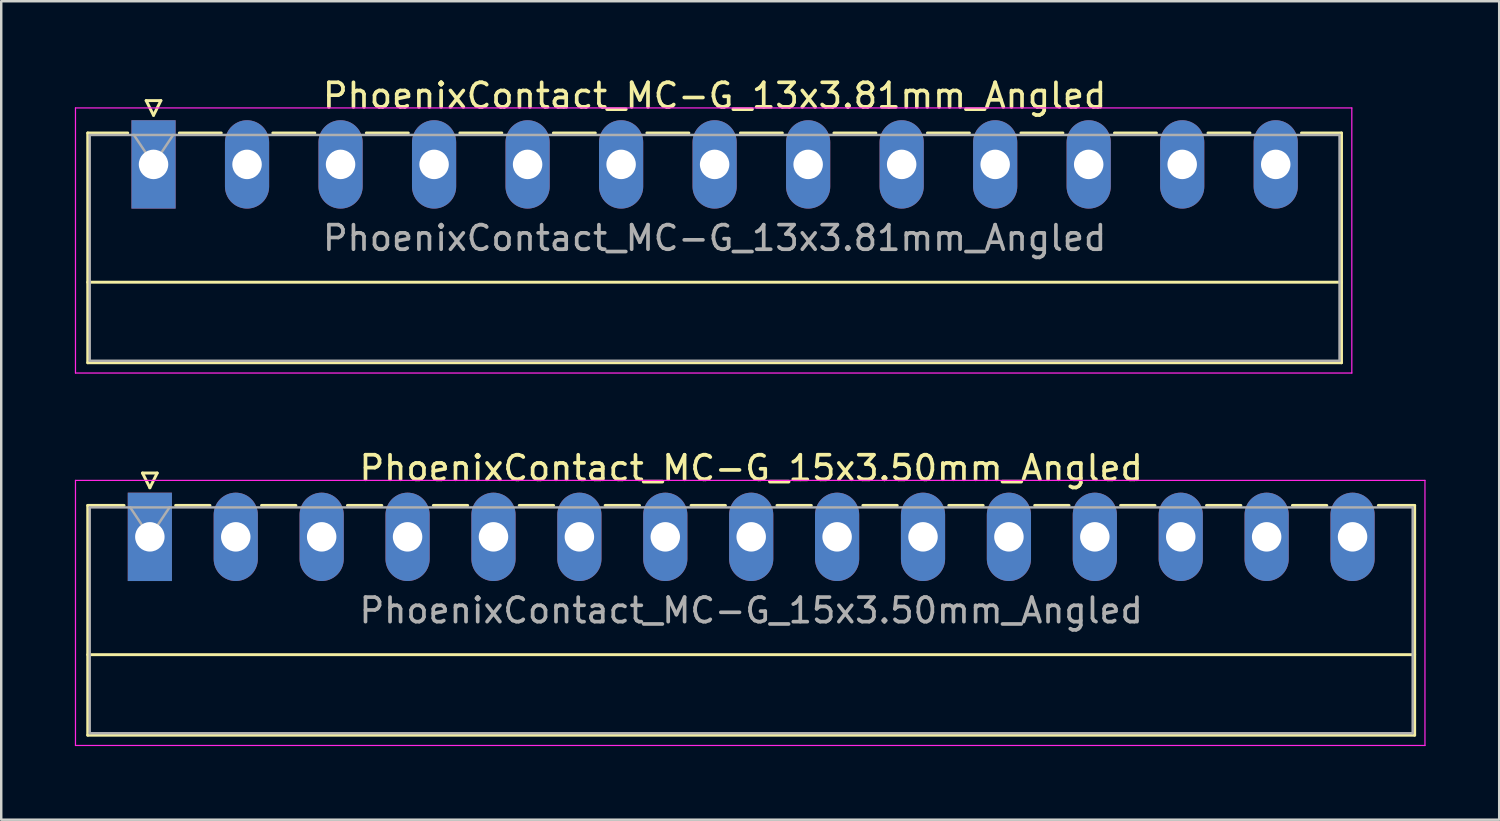
<source format=kicad_pcb>
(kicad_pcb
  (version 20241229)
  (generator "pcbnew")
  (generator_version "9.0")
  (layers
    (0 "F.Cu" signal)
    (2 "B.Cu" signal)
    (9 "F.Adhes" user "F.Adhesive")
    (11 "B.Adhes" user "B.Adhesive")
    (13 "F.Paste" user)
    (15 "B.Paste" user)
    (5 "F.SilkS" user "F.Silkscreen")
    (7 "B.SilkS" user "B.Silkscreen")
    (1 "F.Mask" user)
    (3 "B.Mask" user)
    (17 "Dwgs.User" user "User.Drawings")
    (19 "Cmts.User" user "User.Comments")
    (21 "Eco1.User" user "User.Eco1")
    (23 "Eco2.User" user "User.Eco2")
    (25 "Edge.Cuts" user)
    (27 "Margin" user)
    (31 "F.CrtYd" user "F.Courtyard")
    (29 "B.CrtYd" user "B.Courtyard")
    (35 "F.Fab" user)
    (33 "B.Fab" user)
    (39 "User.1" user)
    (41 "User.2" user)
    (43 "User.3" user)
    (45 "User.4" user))
  (footprint "PhoenixContact_MC-G_13x3.81mm_Angled"
    (layer "F.Cu")
    (at 3.205 3.648)
    (property "Reference" "PhoenixContact_MC-G_13x3.81mm_Angled" (at 22.86 -2.8 0) (layer "F.SilkS") (effects (font (size 1 1) (thickness 0.15))))
    (attr through_hole)
    (fp_line (start -2.68 -1.28) (end -2.68 8.08) (stroke (width 0.12) (type solid)) (layer "F.SilkS"))
    (fp_line (start -2.68 -1.28) (end -1.05 -1.28) (stroke (width 0.12) (type solid)) (layer "F.SilkS"))
    (fp_line (start -2.68 4.8) (end 48.4 4.8) (stroke (width 0.12) (type solid)) (layer "F.SilkS"))
    (fp_line (start -2.68 8.08) (end 48.4 8.08) (stroke (width 0.12) (type solid)) (layer "F.SilkS"))
    (fp_line (start -0.3 -2.6) (end 0.3 -2.6) (stroke (width 0.12) (type solid)) (layer "F.SilkS"))
    (fp_line (start 0 -2) (end -0.3 -2.6) (stroke (width 0.12) (type solid)) (layer "F.SilkS"))
    (fp_line (start 0.3 -2.6) (end 0 -2) (stroke (width 0.12) (type solid)) (layer "F.SilkS"))
    (fp_line (start 1.05 -1.28) (end 2.76 -1.28) (stroke (width 0.12) (type solid)) (layer "F.SilkS"))
    (fp_line (start 4.86 -1.28) (end 6.57 -1.28) (stroke (width 0.12) (type solid)) (layer "F.SilkS"))
    (fp_line (start 8.67 -1.28) (end 10.38 -1.28) (stroke (width 0.12) (type solid)) (layer "F.SilkS"))
    (fp_line (start 12.48 -1.28) (end 14.19 -1.28) (stroke (width 0.12) (type solid)) (layer "F.SilkS"))
    (fp_line (start 16.29 -1.28) (end 18 -1.28) (stroke (width 0.12) (type solid)) (layer "F.SilkS"))
    (fp_line (start 20.1 -1.28) (end 21.81 -1.28) (stroke (width 0.12) (type solid)) (layer "F.SilkS"))
    (fp_line (start 23.91 -1.28) (end 25.62 -1.28) (stroke (width 0.12) (type solid)) (layer "F.SilkS"))
    (fp_line (start 27.72 -1.28) (end 29.43 -1.28) (stroke (width 0.12) (type solid)) (layer "F.SilkS"))
    (fp_line (start 31.53 -1.28) (end 33.24 -1.28) (stroke (width 0.12) (type solid)) (layer "F.SilkS"))
    (fp_line (start 35.34 -1.28) (end 37.05 -1.28) (stroke (width 0.12) (type solid)) (layer "F.SilkS"))
    (fp_line (start 39.15 -1.28) (end 40.86 -1.28) (stroke (width 0.12) (type solid)) (layer "F.SilkS"))
    (fp_line (start 42.96 -1.28) (end 44.67 -1.28) (stroke (width 0.12) (type solid)) (layer "F.SilkS"))
    (fp_line (start 48.4 -1.28) (end 46.77 -1.28) (stroke (width 0.12) (type solid)) (layer "F.SilkS"))
    (fp_line (start 48.4 8.08) (end 48.4 -1.28) (stroke (width 0.12) (type solid)) (layer "F.SilkS"))
    (fp_line (start -3.18 -2.3) (end -3.18 8.5) (stroke (width 0.05) (type solid)) (layer "F.CrtYd"))
    (fp_line (start -3.18 8.5) (end 48.82 8.5) (stroke (width 0.05) (type solid)) (layer "F.CrtYd"))
    (fp_line (start 48.82 -2.3) (end -3.18 -2.3) (stroke (width 0.05) (type solid)) (layer "F.CrtYd"))
    (fp_line (start 48.82 8.5) (end 48.82 -2.3) (stroke (width 0.05) (type solid)) (layer "F.CrtYd"))
    (fp_line (start -2.6 -1.2) (end -2.6 8) (stroke (width 0.1) (type solid)) (layer "F.Fab"))
    (fp_line (start -2.6 8) (end 48.32 8) (stroke (width 0.1) (type solid)) (layer "F.Fab"))
    (fp_line (start 0 0) (end -0.8 -1.2) (stroke (width 0.1) (type solid)) (layer "F.Fab"))
    (fp_line (start 0.8 -1.2) (end 0 0) (stroke (width 0.1) (type solid)) (layer "F.Fab"))
    (fp_line (start 48.32 -1.2) (end -2.6 -1.2) (stroke (width 0.1) (type solid)) (layer "F.Fab"))
    (fp_line (start 48.32 8) (end 48.32 -1.2) (stroke (width 0.1) (type solid)) (layer "F.Fab"))
    (fp_text user "${REFERENCE}" (at 22.86 3 0) (layer "F.Fab") (effects (font (size 1 1) (thickness 0.15))))
    (pad "1" thru_hole rect (at 0 0) (size 1.8 3.6) (drill 1.2) (layers "*.Cu" "*.Mask"))
    (pad "2" thru_hole oval (at 3.81 0) (size 1.8 3.6) (drill 1.2) (layers "*.Cu" "*.Mask"))
    (pad "3" thru_hole oval (at 7.62 0) (size 1.8 3.6) (drill 1.2) (layers "*.Cu" "*.Mask"))
    (pad "4" thru_hole oval (at 11.43 0) (size 1.8 3.6) (drill 1.2) (layers "*.Cu" "*.Mask"))
    (pad "5" thru_hole oval (at 15.24 0) (size 1.8 3.6) (drill 1.2) (layers "*.Cu" "*.Mask"))
    (pad "6" thru_hole oval (at 19.05 0) (size 1.8 3.6) (drill 1.2) (layers "*.Cu" "*.Mask"))
    (pad "7" thru_hole oval (at 22.86 0) (size 1.8 3.6) (drill 1.2) (layers "*.Cu" "*.Mask"))
    (pad "8" thru_hole oval (at 26.67 0) (size 1.8 3.6) (drill 1.2) (layers "*.Cu" "*.Mask"))
    (pad "9" thru_hole oval (at 30.48 0) (size 1.8 3.6) (drill 1.2) (layers "*.Cu" "*.Mask"))
    (pad "10" thru_hole oval (at 34.29 0) (size 1.8 3.6) (drill 1.2) (layers "*.Cu" "*.Mask"))
    (pad "11" thru_hole oval (at 38.1 0) (size 1.8 3.6) (drill 1.2) (layers "*.Cu" "*.Mask"))
    (pad "12" thru_hole oval (at 41.91 0) (size 1.8 3.6) (drill 1.2) (layers "*.Cu" "*.Mask"))
    (pad "13" thru_hole oval (at 45.72 0) (size 1.8 3.6) (drill 1.2) (layers "*.Cu" "*.Mask")))
  (footprint "PhoenixContact_MC-G_15x3.50mm_Angled"
    (layer "F.Cu")
    (at 3.055 18.822)
    (property "Reference" "PhoenixContact_MC-G_15x3.50mm_Angled" (at 24.5 -2.8 0) (layer "F.SilkS") (effects (font (size 1 1) (thickness 0.15))))
    (attr through_hole)
    (fp_line (start -2.53 -1.28) (end -2.53 8.08) (stroke (width 0.12) (type solid)) (layer "F.SilkS"))
    (fp_line (start -2.53 -1.28) (end -1.05 -1.28) (stroke (width 0.12) (type solid)) (layer "F.SilkS"))
    (fp_line (start -2.53 4.8) (end 51.53 4.8) (stroke (width 0.12) (type solid)) (layer "F.SilkS"))
    (fp_line (start -2.53 8.08) (end 51.53 8.08) (stroke (width 0.12) (type solid)) (layer "F.SilkS"))
    (fp_line (start -0.3 -2.6) (end 0.3 -2.6) (stroke (width 0.12) (type solid)) (layer "F.SilkS"))
    (fp_line (start 0 -2) (end -0.3 -2.6) (stroke (width 0.12) (type solid)) (layer "F.SilkS"))
    (fp_line (start 0.3 -2.6) (end 0 -2) (stroke (width 0.12) (type solid)) (layer "F.SilkS"))
    (fp_line (start 1.05 -1.28) (end 2.45 -1.28) (stroke (width 0.12) (type solid)) (layer "F.SilkS"))
    (fp_line (start 4.55 -1.28) (end 5.95 -1.28) (stroke (width 0.12) (type solid)) (layer "F.SilkS"))
    (fp_line (start 8.05 -1.28) (end 9.45 -1.28) (stroke (width 0.12) (type solid)) (layer "F.SilkS"))
    (fp_line (start 11.55 -1.28) (end 12.95 -1.28) (stroke (width 0.12) (type solid)) (layer "F.SilkS"))
    (fp_line (start 15.05 -1.28) (end 16.45 -1.28) (stroke (width 0.12) (type solid)) (layer "F.SilkS"))
    (fp_line (start 18.55 -1.28) (end 19.95 -1.28) (stroke (width 0.12) (type solid)) (layer "F.SilkS"))
    (fp_line (start 22.05 -1.28) (end 23.45 -1.28) (stroke (width 0.12) (type solid)) (layer "F.SilkS"))
    (fp_line (start 25.55 -1.28) (end 26.95 -1.28) (stroke (width 0.12) (type solid)) (layer "F.SilkS"))
    (fp_line (start 29.05 -1.28) (end 30.45 -1.28) (stroke (width 0.12) (type solid)) (layer "F.SilkS"))
    (fp_line (start 32.55 -1.28) (end 33.95 -1.28) (stroke (width 0.12) (type solid)) (layer "F.SilkS"))
    (fp_line (start 36.05 -1.28) (end 37.45 -1.28) (stroke (width 0.12) (type solid)) (layer "F.SilkS"))
    (fp_line (start 39.55 -1.28) (end 40.95 -1.28) (stroke (width 0.12) (type solid)) (layer "F.SilkS"))
    (fp_line (start 43.05 -1.28) (end 44.45 -1.28) (stroke (width 0.12) (type solid)) (layer "F.SilkS"))
    (fp_line (start 46.55 -1.28) (end 47.95 -1.28) (stroke (width 0.12) (type solid)) (layer "F.SilkS"))
    (fp_line (start 51.53 -1.28) (end 50.05 -1.28) (stroke (width 0.12) (type solid)) (layer "F.SilkS"))
    (fp_line (start 51.53 8.08) (end 51.53 -1.28) (stroke (width 0.12) (type solid)) (layer "F.SilkS"))
    (fp_line (start -3.03 -2.3) (end -3.03 8.5) (stroke (width 0.05) (type solid)) (layer "F.CrtYd"))
    (fp_line (start -3.03 8.5) (end 51.95 8.5) (stroke (width 0.05) (type solid)) (layer "F.CrtYd"))
    (fp_line (start 51.95 -2.3) (end -3.03 -2.3) (stroke (width 0.05) (type solid)) (layer "F.CrtYd"))
    (fp_line (start 51.95 8.5) (end 51.95 -2.3) (stroke (width 0.05) (type solid)) (layer "F.CrtYd"))
    (fp_line (start -2.45 -1.2) (end -2.45 8) (stroke (width 0.1) (type solid)) (layer "F.Fab"))
    (fp_line (start -2.45 8) (end 51.45 8) (stroke (width 0.1) (type solid)) (layer "F.Fab"))
    (fp_line (start 0 0) (end -0.8 -1.2) (stroke (width 0.1) (type solid)) (layer "F.Fab"))
    (fp_line (start 0.8 -1.2) (end 0 0) (stroke (width 0.1) (type solid)) (layer "F.Fab"))
    (fp_line (start 51.45 -1.2) (end -2.45 -1.2) (stroke (width 0.1) (type solid)) (layer "F.Fab"))
    (fp_line (start 51.45 8) (end 51.45 -1.2) (stroke (width 0.1) (type solid)) (layer "F.Fab"))
    (fp_text user "${REFERENCE}" (at 24.5 3 0) (layer "F.Fab") (effects (font (size 1 1) (thickness 0.15))))
    (pad "1" thru_hole rect (at 0 0) (size 1.8 3.6) (drill 1.2) (layers "*.Cu" "*.Mask"))
    (pad "2" thru_hole oval (at 3.5 0) (size 1.8 3.6) (drill 1.2) (layers "*.Cu" "*.Mask"))
    (pad "3" thru_hole oval (at 7 0) (size 1.8 3.6) (drill 1.2) (layers "*.Cu" "*.Mask"))
    (pad "4" thru_hole oval (at 10.5 0) (size 1.8 3.6) (drill 1.2) (layers "*.Cu" "*.Mask"))
    (pad "5" thru_hole oval (at 14 0) (size 1.8 3.6) (drill 1.2) (layers "*.Cu" "*.Mask"))
    (pad "6" thru_hole oval (at 17.5 0) (size 1.8 3.6) (drill 1.2) (layers "*.Cu" "*.Mask"))
    (pad "7" thru_hole oval (at 21 0) (size 1.8 3.6) (drill 1.2) (layers "*.Cu" "*.Mask"))
    (pad "8" thru_hole oval (at 24.5 0) (size 1.8 3.6) (drill 1.2) (layers "*.Cu" "*.Mask"))
    (pad "9" thru_hole oval (at 28 0) (size 1.8 3.6) (drill 1.2) (layers "*.Cu" "*.Mask"))
    (pad "10" thru_hole oval (at 31.5 0) (size 1.8 3.6) (drill 1.2) (layers "*.Cu" "*.Mask"))
    (pad "11" thru_hole oval (at 35 0) (size 1.8 3.6) (drill 1.2) (layers "*.Cu" "*.Mask"))
    (pad "12" thru_hole oval (at 38.5 0) (size 1.8 3.6) (drill 1.2) (layers "*.Cu" "*.Mask"))
    (pad "13" thru_hole oval (at 42 0) (size 1.8 3.6) (drill 1.2) (layers "*.Cu" "*.Mask"))
    (pad "14" thru_hole oval (at 45.5 0) (size 1.8 3.6) (drill 1.2) (layers "*.Cu" "*.Mask"))
    (pad "15" thru_hole oval (at 49 0) (size 1.8 3.6) (drill 1.2) (layers "*.Cu" "*.Mask")))
  (gr_rect
    (start -3 -3)
    (end 58.03 30.346)
    (stroke (width 0.1) (type default))
    (fill no)
    (layer "Edge.Cuts")))
</source>
